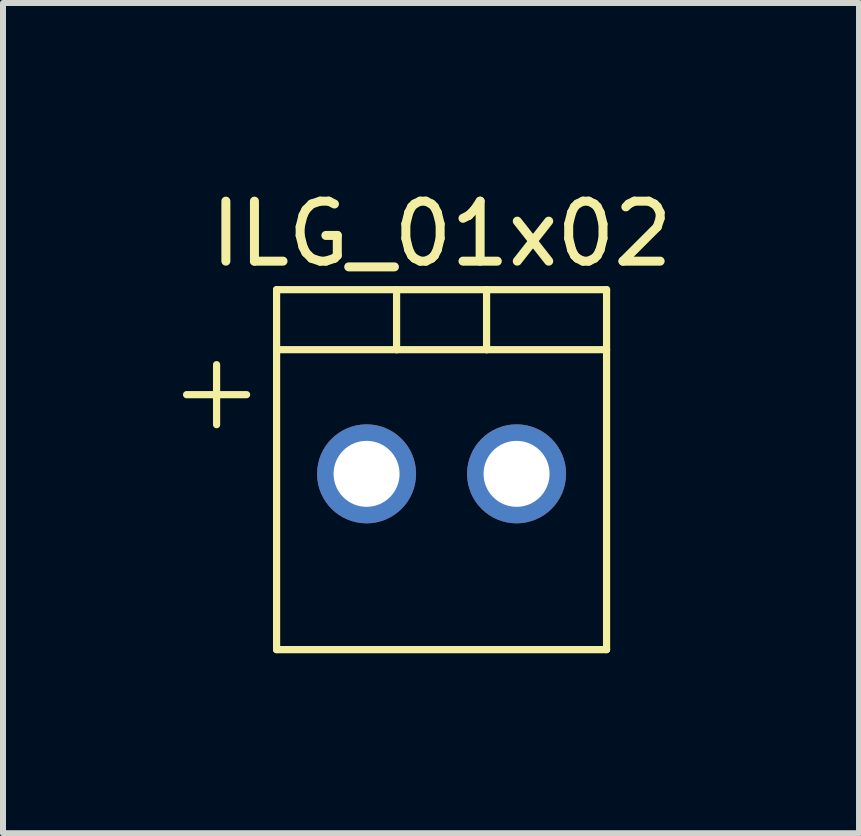
<source format=kicad_pcb>
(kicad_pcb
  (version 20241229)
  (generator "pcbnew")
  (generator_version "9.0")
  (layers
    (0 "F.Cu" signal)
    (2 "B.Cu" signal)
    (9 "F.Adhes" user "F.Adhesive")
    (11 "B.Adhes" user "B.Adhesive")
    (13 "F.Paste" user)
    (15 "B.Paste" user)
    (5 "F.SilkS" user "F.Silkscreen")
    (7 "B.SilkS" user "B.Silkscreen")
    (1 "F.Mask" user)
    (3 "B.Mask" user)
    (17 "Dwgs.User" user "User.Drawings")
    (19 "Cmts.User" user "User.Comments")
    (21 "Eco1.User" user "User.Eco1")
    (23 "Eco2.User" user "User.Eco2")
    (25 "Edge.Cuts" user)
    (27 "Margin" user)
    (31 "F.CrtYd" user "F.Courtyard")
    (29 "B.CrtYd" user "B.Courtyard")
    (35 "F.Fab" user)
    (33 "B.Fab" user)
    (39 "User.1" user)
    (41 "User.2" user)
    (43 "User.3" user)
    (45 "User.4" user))
  (footprint "ILG_01x02"
    (layer "F.Cu")
    (at 4.31 4.848)
    (property "Reference" "ILG_01x02" (at 0 -4 0) (layer "F.SilkS") (effects (font (size 1 1) (thickness 0.15))))
    (attr through_hole)
    (fp_line (start -3.75 -1.32) (end -4.25 -1.32) (stroke (width 0.12) (type solid)) (layer "F.SilkS"))
    (fp_line (start -3.75 -1.32) (end -3.75 -1.82) (stroke (width 0.12) (type solid)) (layer "F.SilkS"))
    (fp_line (start -3.75 -1.32) (end -3.75 -0.82) (stroke (width 0.12) (type solid)) (layer "F.SilkS"))
    (fp_line (start -3.75 -1.32) (end -3.25 -1.32) (stroke (width 0.12) (type solid)) (layer "F.SilkS"))
    (fp_line (start -2.75 -3.07) (end -2.75 2.93) (stroke (width 0.12) (type solid)) (layer "F.SilkS"))
    (fp_line (start -2.75 2.93) (end 2.75 2.93) (stroke (width 0.12) (type solid)) (layer "F.SilkS"))
    (fp_line (start -0.75 -3.07) (end -0.75 -2.07) (stroke (width 0.12) (type solid)) (layer "F.SilkS"))
    (fp_line (start -0.75 -2.07) (end -2.75 -2.07) (stroke (width 0.12) (type solid)) (layer "F.SilkS"))
    (fp_line (start -0.75 -2.07) (end 0.75 -2.07) (stroke (width 0.12) (type solid)) (layer "F.SilkS"))
    (fp_line (start 0.75 -2.07) (end 0.75 -3.07) (stroke (width 0.12) (type solid)) (layer "F.SilkS"))
    (fp_line (start 2.75 -3.07) (end -2.75 -3.07) (stroke (width 0.12) (type solid)) (layer "F.SilkS"))
    (fp_line (start 2.75 -2.07) (end 0.75 -2.07) (stroke (width 0.12) (type solid)) (layer "F.SilkS"))
    (fp_line (start 2.75 2.93) (end 2.75 -3.07) (stroke (width 0.12) (type solid)) (layer "F.SilkS"))
    (pad "1" thru_hole circle (at 1.25 0) (size 1.65 1.65) (drill 1.1) (layers "*.Cu" "*.Mask"))
    (pad "2" thru_hole circle (at -1.25 0) (size 1.65 1.65) (drill 1.1) (layers "*.Cu" "*.Mask")))
  (gr_rect
    (start -3 -3)
    (end 11.268 10.838)
    (stroke (width 0.1) (type default))
    (fill no)
    (layer "Edge.Cuts")))
</source>
